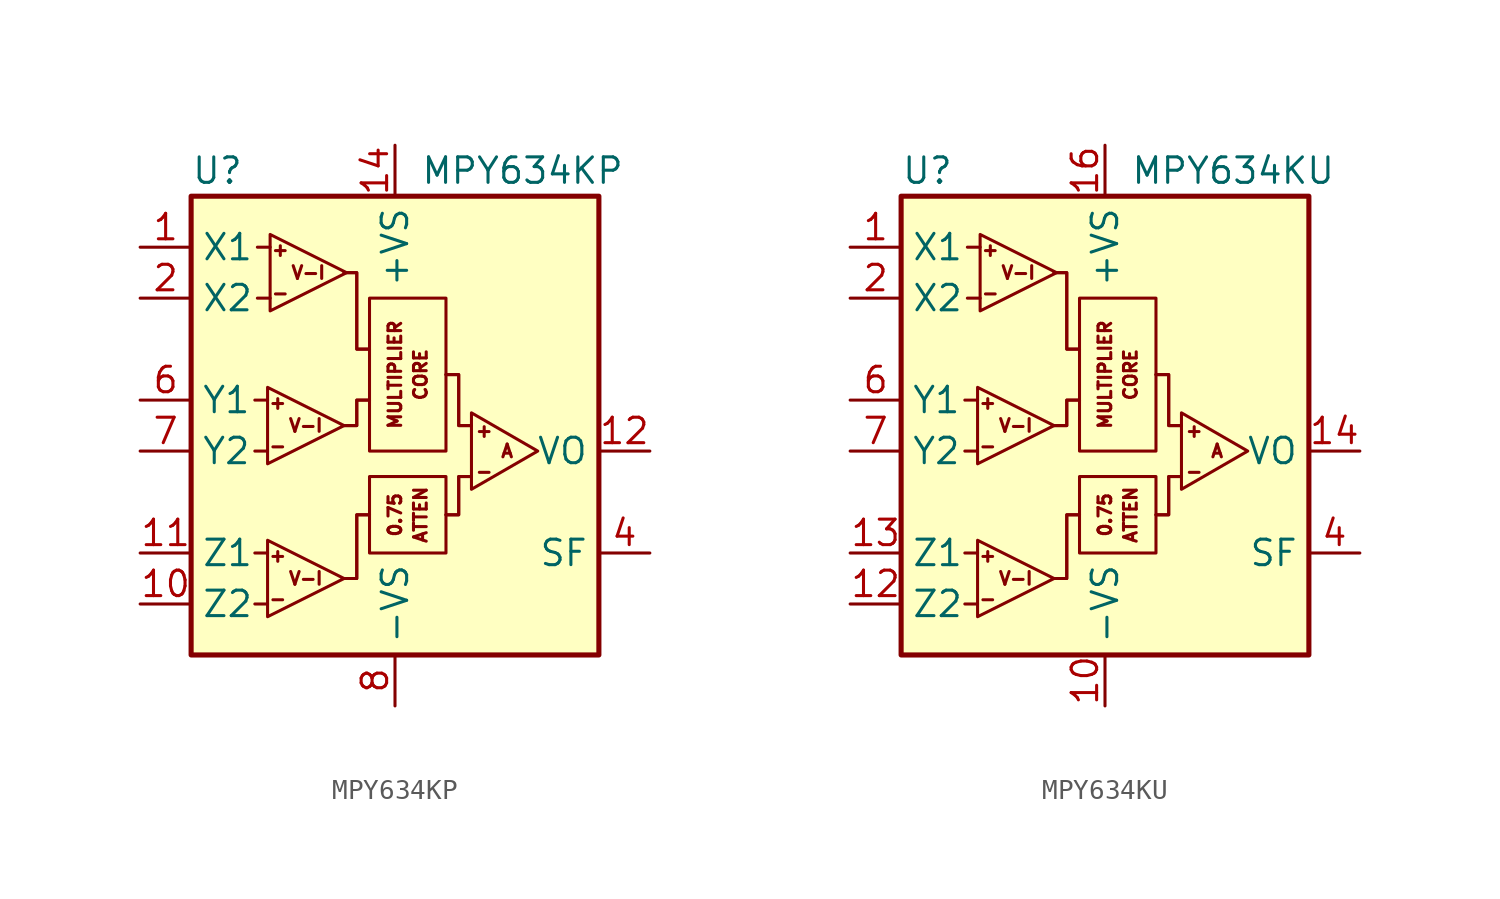
<source format=kicad_sym>
(kicad_symbol_lib
  (version 20201005)
  (generator kicad_symbol_editor)
  (symbol "MPY634KP"
    (property "Reference" "U"
      (at -10.16 13.97 0)
      (effects (font (size 1.27 1.27)) (justify left)))
    (property "Value" "MPY634KP"
      (at 1.27 13.97 0)
      (effects (font (size 1.27 1.27)) (justify left)))
    (symbol "MPY634KP_0_0"
      (text "+" (at -5.842 -5.207 0) (effects (font (size 0.635 0.635))))
      (text "+" (at -5.842 2.413 0) (effects (font (size 0.635 0.635))))
      (text "+" (at -5.715 10.033 0) (effects (font (size 0.635 0.635))))
      (text "+" (at 4.445 1.016 0) (effects (font (size 0.635 0.635))))
      (text "-" (at -5.842 -7.366 0) (effects (font (size 0.635 0.635))))
      (text "-" (at -5.842 0.254 0) (effects (font (size 0.635 0.635))))
      (text "-" (at -5.715 7.874 0) (effects (font (size 0.635 0.635))))
      (text "-" (at 4.445 -1.016 0) (effects (font (size 0.635 0.635))))
      (text "A" (at 5.588 0 0) (effects (font (size 0.635 0.635))))
      (text "V-I" (at -4.445 -6.35 0) (effects (font (size 0.635 0.635))))
      (text "V-I" (at -4.445 1.27 0) (effects (font (size 0.635 0.635))))
      (text "V-I" (at -4.318 8.89 0) (effects (font (size 0.635 0.635))))
      (polyline (pts (xy -1.27 -3.175) (xy -1.905 -3.175) (xy -1.905 -6.35) (xy -2.54 -6.35)) (stroke (width 0)) (fill (type none)))
      (polyline (pts (xy -1.27 -3.175) (xy -1.905 -3.175) (xy -1.905 -6.35) (xy -2.54 -6.35)) (stroke (width 0)) (fill (type none)))
      (polyline (pts (xy -1.27 2.54) (xy -1.905 2.54) (xy -1.905 1.27) (xy -2.54 1.27)) (stroke (width 0)) (fill (type none)))
      (polyline (pts (xy -1.27 2.54) (xy -1.905 2.54) (xy -1.905 1.27) (xy -2.54 1.27)) (stroke (width 0)) (fill (type none)))
      (polyline (pts (xy -1.27 5.08) (xy -1.905 5.08) (xy -1.905 8.89) (xy -2.54 8.89)) (stroke (width 0)) (fill (type none)))
      (polyline (pts (xy -1.27 5.08) (xy -1.905 5.08) (xy -1.905 8.89) (xy -2.54 8.89)) (stroke (width 0)) (fill (type none)))
      (polyline (pts (xy 3.81 -1.27) (xy 3.175 -1.27) (xy 3.175 -3.175) (xy 2.54 -3.175)) (stroke (width 0)) (fill (type none)))
      (polyline (pts (xy 3.81 -1.27) (xy 3.175 -1.27) (xy 3.175 -3.175) (xy 2.54 -3.175)) (stroke (width 0)) (fill (type none)))
      (polyline (pts (xy 3.81 1.27) (xy 3.175 1.27) (xy 3.175 3.81) (xy 2.54 3.81)) (stroke (width 0)) (fill (type none)))
      (polyline (pts (xy 3.81 1.27) (xy 3.175 1.27) (xy 3.175 3.81) (xy 2.54 3.81)) (stroke (width 0)) (fill (type none))))
    (symbol "MPY634KP_0_1"
      (rectangle (start -1.27 -1.27) (end 2.54 -5.08) (stroke (width 0)) (fill (type none)))
      (rectangle (start -1.27 7.62) (end 2.54 0) (stroke (width 0)) (fill (type none)))
      (rectangle (start -10.16 12.7) (end 10.16 -10.16) (stroke (width 0.254)) (fill (type background)))
      (polyline (pts (xy -6.985 -7.62) (xy -6.35 -7.62)) (stroke (width 0)) (fill (type none)))
      (polyline (pts (xy -6.985 -5.08) (xy -6.35 -5.08)) (stroke (width 0)) (fill (type none)))
      (polyline (pts (xy -6.985 0) (xy -6.35 0)) (stroke (width 0)) (fill (type none)))
      (polyline (pts (xy -6.985 2.54) (xy -6.35 2.54)) (stroke (width 0)) (fill (type none)))
      (polyline (pts (xy -6.858 7.62) (xy -6.223 7.62)) (stroke (width 0)) (fill (type none)))
      (polyline (pts (xy -6.858 10.16) (xy -6.223 10.16)) (stroke (width 0)) (fill (type none)))
      (polyline (pts (xy -6.35 -4.445) (xy -6.35 -8.255) (xy -2.54 -6.35) (xy -6.35 -4.445)) (stroke (width 0)) (fill (type none)))
      (polyline (pts (xy -6.35 3.175) (xy -6.35 -0.635) (xy -2.54 1.27) (xy -6.35 3.175)) (stroke (width 0)) (fill (type none)))
      (polyline (pts (xy -6.223 10.795) (xy -6.223 6.985) (xy -2.413 8.89) (xy -6.223 10.795)) (stroke (width 0)) (fill (type none)))
      (polyline (pts (xy 3.81 1.905) (xy 3.81 -1.905) (xy 7.112 0) (xy 3.81 1.905)) (stroke (width 0)) (fill (type none))))
    (symbol "MPY634KP_1_0"
      (text "0.75" (at 0 -3.175 900) (effects (font (size 0.635 0.635))))
      (text "ATTEN" (at 1.27 -3.175 900) (effects (font (size 0.635 0.635))))
      (text "CORE" (at 1.27 3.81 900) (effects (font (size 0.635 0.635))))
      (text "MULTIPLIER" (at 0 3.81 900) (effects (font (size 0.635 0.635)))))
    (symbol "MPY634KP_1_1"
      (pin input line (at -12.7 10.16 0) (length 2.54) (name "X1" (effects (font (size 1.27 1.27)))) (number "1" (effects (font (size 1.27 1.27)))))
      (pin input line (at -12.7 -7.62 0) (length 2.54) (name "Z2" (effects (font (size 1.27 1.27)))) (number "10" (effects (font (size 1.27 1.27)))))
      (pin input line (at -12.7 -5.08 0) (length 2.54) (name "Z1" (effects (font (size 1.27 1.27)))) (number "11" (effects (font (size 1.27 1.27)))))
      (pin output line (at 12.7 0 180) (length 2.54) (name "VO" (effects (font (size 1.27 1.27)))) (number "12" (effects (font (size 1.27 1.27)))))
      (pin no_connect line (at 10.16 2.54 180) (length 2.54) hide (name "NC" (effects (font (size 1.27 1.27)))) (number "13" (effects (font (size 1.27 1.27)))))
      (pin power_in line (at 0 15.24 270) (length 2.54) (name "+VS" (effects (font (size 1.27 1.27)))) (number "14" (effects (font (size 1.27 1.27)))))
      (pin input line (at -12.7 7.62 0) (length 2.54) (name "X2" (effects (font (size 1.27 1.27)))) (number "2" (effects (font (size 1.27 1.27)))))
      (pin no_connect line (at 10.16 10.16 180) (length 2.54) hide (name "NC" (effects (font (size 1.27 1.27)))) (number "3" (effects (font (size 1.27 1.27)))))
      (pin passive line (at 12.7 -5.08 180) (length 2.54) (name "SF" (effects (font (size 1.27 1.27)))) (number "4" (effects (font (size 1.27 1.27)))))
      (pin no_connect line (at 10.16 7.62 180) (length 2.54) hide (name "NC" (effects (font (size 1.27 1.27)))) (number "5" (effects (font (size 1.27 1.27)))))
      (pin input line (at -12.7 2.54 0) (length 2.54) (name "Y1" (effects (font (size 1.27 1.27)))) (number "6" (effects (font (size 1.27 1.27)))))
      (pin input line (at -12.7 0 0) (length 2.54) (name "Y2" (effects (font (size 1.27 1.27)))) (number "7" (effects (font (size 1.27 1.27)))))
      (pin power_in line (at 0 -12.7 90) (length 2.54) (name "-VS" (effects (font (size 1.27 1.27)))) (number "8" (effects (font (size 1.27 1.27)))))
      (pin no_connect line (at 10.16 5.08 180) (length 2.54) hide (name "NC" (effects (font (size 1.27 1.27)))) (number "9" (effects (font (size 1.27 1.27)))))))
  (symbol "MPY634KU"
    (property "Reference" "U"
      (at -10.16 13.97 0)
      (effects (font (size 1.27 1.27)) (justify left)))
    (property "Value" "MPY634KU"
      (at 1.27 13.97 0)
      (effects (font (size 1.27 1.27)) (justify left)))
    (symbol "MPY634KU_0_0"
      (text "+" (at -5.842 -5.207 0) (effects (font (size 0.635 0.635))))
      (text "+" (at -5.842 2.413 0) (effects (font (size 0.635 0.635))))
      (text "+" (at -5.715 10.033 0) (effects (font (size 0.635 0.635))))
      (text "+" (at 4.445 1.016 0) (effects (font (size 0.635 0.635))))
      (text "-" (at -5.842 -7.366 0) (effects (font (size 0.635 0.635))))
      (text "-" (at -5.842 0.254 0) (effects (font (size 0.635 0.635))))
      (text "-" (at -5.715 7.874 0) (effects (font (size 0.635 0.635))))
      (text "-" (at 4.445 -1.016 0) (effects (font (size 0.635 0.635))))
      (text "A" (at 5.588 0 0) (effects (font (size 0.635 0.635))))
      (text "V-I" (at -4.445 -6.35 0) (effects (font (size 0.635 0.635))))
      (text "V-I" (at -4.445 1.27 0) (effects (font (size 0.635 0.635))))
      (text "V-I" (at -4.318 8.89 0) (effects (font (size 0.635 0.635))))
      (polyline (pts (xy -1.27 -3.175) (xy -1.905 -3.175) (xy -1.905 -6.35) (xy -2.54 -6.35)) (stroke (width 0)) (fill (type none)))
      (polyline (pts (xy -1.27 -3.175) (xy -1.905 -3.175) (xy -1.905 -6.35) (xy -2.54 -6.35)) (stroke (width 0)) (fill (type none)))
      (polyline (pts (xy -1.27 2.54) (xy -1.905 2.54) (xy -1.905 1.27) (xy -2.54 1.27)) (stroke (width 0)) (fill (type none)))
      (polyline (pts (xy -1.27 2.54) (xy -1.905 2.54) (xy -1.905 1.27) (xy -2.54 1.27)) (stroke (width 0)) (fill (type none)))
      (polyline (pts (xy -1.27 5.08) (xy -1.905 5.08) (xy -1.905 8.89) (xy -2.54 8.89)) (stroke (width 0)) (fill (type none)))
      (polyline (pts (xy -1.27 5.08) (xy -1.905 5.08) (xy -1.905 8.89) (xy -2.54 8.89)) (stroke (width 0)) (fill (type none)))
      (polyline (pts (xy 3.81 -1.27) (xy 3.175 -1.27) (xy 3.175 -3.175) (xy 2.54 -3.175)) (stroke (width 0)) (fill (type none)))
      (polyline (pts (xy 3.81 -1.27) (xy 3.175 -1.27) (xy 3.175 -3.175) (xy 2.54 -3.175)) (stroke (width 0)) (fill (type none)))
      (polyline (pts (xy 3.81 1.27) (xy 3.175 1.27) (xy 3.175 3.81) (xy 2.54 3.81)) (stroke (width 0)) (fill (type none)))
      (polyline (pts (xy 3.81 1.27) (xy 3.175 1.27) (xy 3.175 3.81) (xy 2.54 3.81)) (stroke (width 0)) (fill (type none))))
    (symbol "MPY634KU_0_1"
      (rectangle (start -1.27 -1.27) (end 2.54 -5.08) (stroke (width 0)) (fill (type none)))
      (rectangle (start -1.27 7.62) (end 2.54 0) (stroke (width 0)) (fill (type none)))
      (rectangle (start -10.16 12.7) (end 10.16 -10.16) (stroke (width 0.254)) (fill (type background)))
      (polyline (pts (xy -6.985 -7.62) (xy -6.35 -7.62)) (stroke (width 0)) (fill (type none)))
      (polyline (pts (xy -6.985 -5.08) (xy -6.35 -5.08)) (stroke (width 0)) (fill (type none)))
      (polyline (pts (xy -6.985 0) (xy -6.35 0)) (stroke (width 0)) (fill (type none)))
      (polyline (pts (xy -6.985 2.54) (xy -6.35 2.54)) (stroke (width 0)) (fill (type none)))
      (polyline (pts (xy -6.858 7.62) (xy -6.223 7.62)) (stroke (width 0)) (fill (type none)))
      (polyline (pts (xy -6.858 10.16) (xy -6.223 10.16)) (stroke (width 0)) (fill (type none)))
      (polyline (pts (xy -6.35 -4.445) (xy -6.35 -8.255) (xy -2.54 -6.35) (xy -6.35 -4.445)) (stroke (width 0)) (fill (type none)))
      (polyline (pts (xy -6.35 3.175) (xy -6.35 -0.635) (xy -2.54 1.27) (xy -6.35 3.175)) (stroke (width 0)) (fill (type none)))
      (polyline (pts (xy -6.223 10.795) (xy -6.223 6.985) (xy -2.413 8.89) (xy -6.223 10.795)) (stroke (width 0)) (fill (type none)))
      (polyline (pts (xy 3.81 1.905) (xy 3.81 -1.905) (xy 7.112 0) (xy 3.81 1.905)) (stroke (width 0)) (fill (type none))))
    (symbol "MPY634KU_1_0"
      (text "0.75" (at 0 -3.175 900) (effects (font (size 0.635 0.635))))
      (text "ATTEN" (at 1.27 -3.175 900) (effects (font (size 0.635 0.635))))
      (text "CORE" (at 1.27 3.81 900) (effects (font (size 0.635 0.635))))
      (text "MULTIPLIER" (at 0 3.81 900) (effects (font (size 0.635 0.635)))))
    (symbol "MPY634KU_1_1"
      (pin input line (at -12.7 10.16 0) (length 2.54) (name "X1" (effects (font (size 1.27 1.27)))) (number "1" (effects (font (size 1.27 1.27)))))
      (pin power_in line (at 0 -12.7 90) (length 2.54) (name "-VS" (effects (font (size 1.27 1.27)))) (number "10" (effects (font (size 1.27 1.27)))))
      (pin no_connect line (at 10.16 -2.54 180) (length 2.54) hide (name "NC" (effects (font (size 1.27 1.27)))) (number "11" (effects (font (size 1.27 1.27)))))
      (pin input line (at -12.7 -7.62 0) (length 2.54) (name "Z2" (effects (font (size 1.27 1.27)))) (number "12" (effects (font (size 1.27 1.27)))))
      (pin input line (at -12.7 -5.08 0) (length 2.54) (name "Z1" (effects (font (size 1.27 1.27)))) (number "13" (effects (font (size 1.27 1.27)))))
      (pin output line (at 12.7 0 180) (length 2.54) (name "VO" (effects (font (size 1.27 1.27)))) (number "14" (effects (font (size 1.27 1.27)))))
      (pin no_connect line (at 10.16 -7.62 180) (length 2.54) hide (name "NC" (effects (font (size 1.27 1.27)))) (number "15" (effects (font (size 1.27 1.27)))))
      (pin power_in line (at 0 15.24 270) (length 2.54) (name "+VS" (effects (font (size 1.27 1.27)))) (number "16" (effects (font (size 1.27 1.27)))))
      (pin input line (at -12.7 7.62 0) (length 2.54) (name "X2" (effects (font (size 1.27 1.27)))) (number "2" (effects (font (size 1.27 1.27)))))
      (pin no_connect line (at 10.16 10.16 180) (length 2.54) hide (name "NC" (effects (font (size 1.27 1.27)))) (number "3" (effects (font (size 1.27 1.27)))))
      (pin passive line (at 12.7 -5.08 180) (length 2.54) (name "SF" (effects (font (size 1.27 1.27)))) (number "4" (effects (font (size 1.27 1.27)))))
      (pin no_connect line (at 10.16 7.62 180) (length 2.54) hide (name "NC" (effects (font (size 1.27 1.27)))) (number "5" (effects (font (size 1.27 1.27)))))
      (pin input line (at -12.7 2.54 0) (length 2.54) (name "Y1" (effects (font (size 1.27 1.27)))) (number "6" (effects (font (size 1.27 1.27)))))
      (pin input line (at -12.7 0 0) (length 2.54) (name "Y2" (effects (font (size 1.27 1.27)))) (number "7" (effects (font (size 1.27 1.27)))))
      (pin no_connect line (at 10.16 5.08 180) (length 2.54) hide (name "NC" (effects (font (size 1.27 1.27)))) (number "8" (effects (font (size 1.27 1.27)))))
      (pin no_connect line (at 10.16 2.54 180) (length 2.54) hide (name "NC" (effects (font (size 1.27 1.27)))) (number "9" (effects (font (size 1.27 1.27))))))))
</source>
